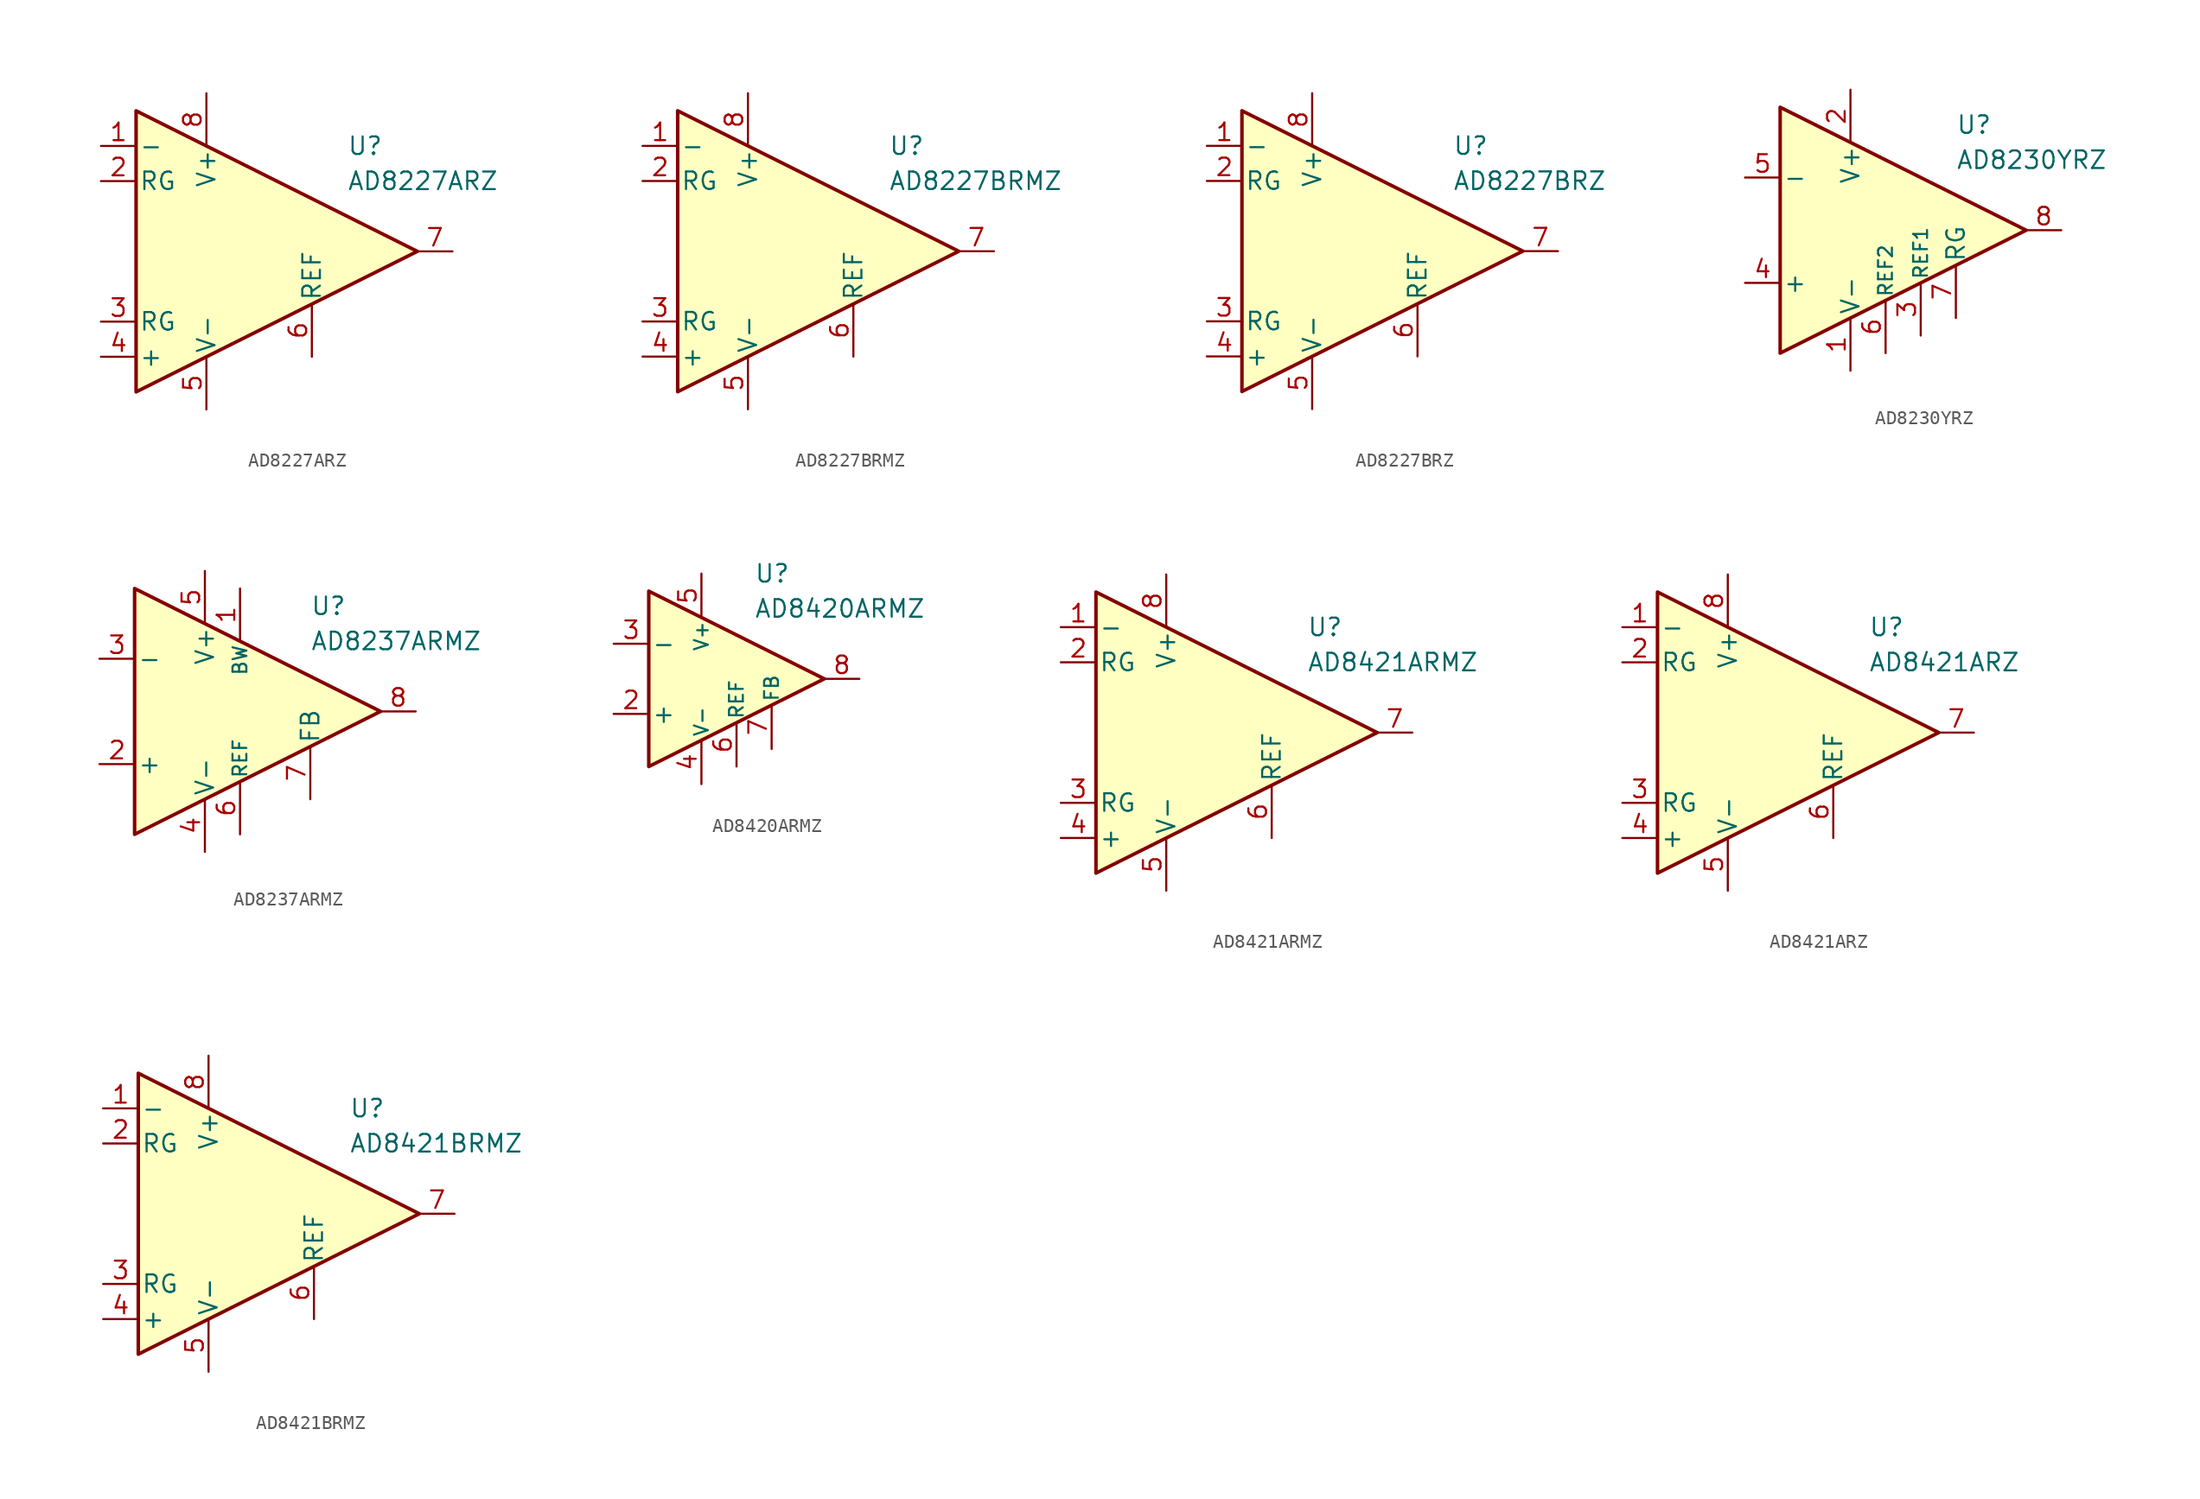
<source format=kicad_sym>
(kicad_symbol_lib
  (version 20231120)
  (generator "kicad_symbol_editor")
  (generator_version "8.0")
  (symbol "AD8227ARZ"
    (pin_names
      (offset 0.2))
    (property "Reference" "U"
      (at 6.35 7.62 0)
      (effects (font (size 1.27 1.27)) (justify left)))
    (property "Value" "AD8227ARZ"
      (at 6.35 5.08 0)
      (effects (font (size 1.27 1.27)) (justify left)))
    (symbol "AD8227ARZ_0_1"
      (polyline (pts (xy -8.89 10.16) (xy -8.89 -10.16) (xy 11.43 0) (xy -8.89 10.16)) (stroke (width 0.254) (type default)) (fill (type background))))
    (symbol "AD8227ARZ_1_1"
      (pin input line (at -11.43 7.62 0) (length 2.54) (name "-" (effects (font (size 1.27 1.27)))) (number "1" (effects (font (size 1.27 1.27)))))
      (pin passive line (at -11.43 5.08 0) (length 2.54) (name "RG" (effects (font (size 1.27 1.27)))) (number "2" (effects (font (size 1.27 1.27)))))
      (pin passive line (at -11.43 -5.08 0) (length 2.54) (name "RG" (effects (font (size 1.27 1.27)))) (number "3" (effects (font (size 1.27 1.27)))))
      (pin input line (at -11.43 -7.62 0) (length 2.54) (name "+" (effects (font (size 1.27 1.27)))) (number "4" (effects (font (size 1.27 1.27)))))
      (pin power_in line (at -3.81 -11.43 90) (length 3.81) (name "V-" (effects (font (size 1.27 1.27)))) (number "5" (effects (font (size 1.27 1.27)))))
      (pin input line (at 3.81 -7.62 90) (length 3.81) (name "REF" (effects (font (size 1.27 1.27)))) (number "6" (effects (font (size 1.27 1.27)))))
      (pin output line (at 13.97 0 180) (length 2.54) (name "~" (effects (font (size 1.27 1.27)))) (number "7" (effects (font (size 1.27 1.27)))))
      (pin power_in line (at -3.81 11.43 270) (length 3.81) (name "V+" (effects (font (size 1.27 1.27)))) (number "8" (effects (font (size 1.27 1.27)))))))
  (symbol "AD8227BRMZ"
    (pin_names
      (offset 0.2))
    (property "Reference" "U"
      (at 6.35 7.62 0)
      (effects (font (size 1.27 1.27)) (justify left)))
    (property "Value" "AD8227BRMZ"
      (at 6.35 5.08 0)
      (effects (font (size 1.27 1.27)) (justify left)))
    (symbol "AD8227BRMZ_0_1"
      (polyline (pts (xy -8.89 10.16) (xy -8.89 -10.16) (xy 11.43 0) (xy -8.89 10.16)) (stroke (width 0.254) (type default)) (fill (type background))))
    (symbol "AD8227BRMZ_1_1"
      (pin input line (at -11.43 7.62 0) (length 2.54) (name "-" (effects (font (size 1.27 1.27)))) (number "1" (effects (font (size 1.27 1.27)))))
      (pin passive line (at -11.43 5.08 0) (length 2.54) (name "RG" (effects (font (size 1.27 1.27)))) (number "2" (effects (font (size 1.27 1.27)))))
      (pin passive line (at -11.43 -5.08 0) (length 2.54) (name "RG" (effects (font (size 1.27 1.27)))) (number "3" (effects (font (size 1.27 1.27)))))
      (pin input line (at -11.43 -7.62 0) (length 2.54) (name "+" (effects (font (size 1.27 1.27)))) (number "4" (effects (font (size 1.27 1.27)))))
      (pin power_in line (at -3.81 -11.43 90) (length 3.81) (name "V-" (effects (font (size 1.27 1.27)))) (number "5" (effects (font (size 1.27 1.27)))))
      (pin input line (at 3.81 -7.62 90) (length 3.81) (name "REF" (effects (font (size 1.27 1.27)))) (number "6" (effects (font (size 1.27 1.27)))))
      (pin output line (at 13.97 0 180) (length 2.54) (name "~" (effects (font (size 1.27 1.27)))) (number "7" (effects (font (size 1.27 1.27)))))
      (pin power_in line (at -3.81 11.43 270) (length 3.81) (name "V+" (effects (font (size 1.27 1.27)))) (number "8" (effects (font (size 1.27 1.27)))))))
  (symbol "AD8227BRZ"
    (pin_names
      (offset 0.2))
    (property "Reference" "U"
      (at 6.35 7.62 0)
      (effects (font (size 1.27 1.27)) (justify left)))
    (property "Value" "AD8227BRZ"
      (at 6.35 5.08 0)
      (effects (font (size 1.27 1.27)) (justify left)))
    (symbol "AD8227BRZ_0_1"
      (polyline (pts (xy -8.89 10.16) (xy -8.89 -10.16) (xy 11.43 0) (xy -8.89 10.16)) (stroke (width 0.254) (type default)) (fill (type background))))
    (symbol "AD8227BRZ_1_1"
      (pin input line (at -11.43 7.62 0) (length 2.54) (name "-" (effects (font (size 1.27 1.27)))) (number "1" (effects (font (size 1.27 1.27)))))
      (pin passive line (at -11.43 5.08 0) (length 2.54) (name "RG" (effects (font (size 1.27 1.27)))) (number "2" (effects (font (size 1.27 1.27)))))
      (pin passive line (at -11.43 -5.08 0) (length 2.54) (name "RG" (effects (font (size 1.27 1.27)))) (number "3" (effects (font (size 1.27 1.27)))))
      (pin input line (at -11.43 -7.62 0) (length 2.54) (name "+" (effects (font (size 1.27 1.27)))) (number "4" (effects (font (size 1.27 1.27)))))
      (pin power_in line (at -3.81 -11.43 90) (length 3.81) (name "V-" (effects (font (size 1.27 1.27)))) (number "5" (effects (font (size 1.27 1.27)))))
      (pin input line (at 3.81 -7.62 90) (length 3.81) (name "REF" (effects (font (size 1.27 1.27)))) (number "6" (effects (font (size 1.27 1.27)))))
      (pin output line (at 13.97 0 180) (length 2.54) (name "~" (effects (font (size 1.27 1.27)))) (number "7" (effects (font (size 1.27 1.27)))))
      (pin power_in line (at -3.81 11.43 270) (length 3.81) (name "V+" (effects (font (size 1.27 1.27)))) (number "8" (effects (font (size 1.27 1.27)))))))
  (symbol "AD8230YRZ"
    (pin_names
      (offset 0.2))
    (property "Reference" "U"
      (at 6.35 7.62 0)
      (effects (font (size 1.27 1.27)) (justify left)))
    (property "Value" "AD8230YRZ"
      (at 6.35 5.08 0)
      (effects (font (size 1.27 1.27)) (justify left)))
    (symbol "AD8230YRZ_0_1"
      (polyline (pts (xy -6.35 8.89) (xy -6.35 -8.89) (xy 11.43 0) (xy -6.35 8.89)) (stroke (width 0.254) (type default)) (fill (type background))))
    (symbol "AD8230YRZ_1_1"
      (pin power_in line (at -1.27 -10.16 90) (length 3.81) (name "V-" (effects (font (size 1.27 1.27)))) (number "1" (effects (font (size 1.27 1.27)))))
      (pin power_in line (at -1.27 10.16 270) (length 3.81) (name "V+" (effects (font (size 1.27 1.27)))) (number "2" (effects (font (size 1.27 1.27)))))
      (pin input line (at 3.81 -7.62 90) (length 3.81) (name "REF1" (effects (font (size 1 1)))) (number "3" (effects (font (size 1.27 1.27)))))
      (pin input line (at -8.89 -3.81 0) (length 2.54) (name "+" (effects (font (size 1.27 1.27)))) (number "4" (effects (font (size 1.27 1.27)))))
      (pin input line (at -8.89 3.81 0) (length 2.54) (name "-" (effects (font (size 1.27 1.27)))) (number "5" (effects (font (size 1.27 1.27)))))
      (pin input line (at 1.27 -8.89 90) (length 3.81) (name "REF2" (effects (font (size 1 1)))) (number "6" (effects (font (size 1.27 1.27)))))
      (pin passive line (at 6.35 -6.35 90) (length 3.81) (name "RG" (effects (font (size 1.27 1.27)))) (number "7" (effects (font (size 1.27 1.27)))))
      (pin output line (at 13.97 0 180) (length 2.54) (name "~" (effects (font (size 1.27 1.27)))) (number "8" (effects (font (size 1.27 1.27)))))))
  (symbol "AD8237ARMZ"
    (pin_names
      (offset 0.2))
    (property "Reference" "U"
      (at 6.35 7.62 0)
      (effects (font (size 1.27 1.27)) (justify left)))
    (property "Value" "AD8237ARMZ"
      (at 6.35 5.08 0)
      (effects (font (size 1.27 1.27)) (justify left)))
    (symbol "AD8237ARMZ_0_1"
      (polyline (pts (xy -6.35 8.89) (xy -6.35 -8.89) (xy 11.43 0) (xy -6.35 8.89)) (stroke (width 0.254) (type default)) (fill (type background))))
    (symbol "AD8237ARMZ_1_1"
      (pin input line (at 1.27 8.89 270) (length 3.81) (name "BW" (effects (font (size 1 1)))) (number "1" (effects (font (size 1.27 1.27)))))
      (pin input line (at -8.89 -3.81 0) (length 2.54) (name "+" (effects (font (size 1.27 1.27)))) (number "2" (effects (font (size 1.27 1.27)))))
      (pin input line (at -8.89 3.81 0) (length 2.54) (name "-" (effects (font (size 1.27 1.27)))) (number "3" (effects (font (size 1.27 1.27)))))
      (pin power_in line (at -1.27 -10.16 90) (length 3.81) (name "V-" (effects (font (size 1.27 1.27)))) (number "4" (effects (font (size 1.27 1.27)))))
      (pin power_in line (at -1.27 10.16 270) (length 3.81) (name "V+" (effects (font (size 1.27 1.27)))) (number "5" (effects (font (size 1.27 1.27)))))
      (pin input line (at 1.27 -8.89 90) (length 3.81) (name "REF" (effects (font (size 1 1)))) (number "6" (effects (font (size 1.27 1.27)))))
      (pin passive line (at 6.35 -6.35 90) (length 3.81) (name "FB" (effects (font (size 1.27 1.27)))) (number "7" (effects (font (size 1.27 1.27)))))
      (pin output line (at 13.97 0 180) (length 2.54) (name "~" (effects (font (size 1.27 1.27)))) (number "8" (effects (font (size 1.27 1.27)))))))
  (symbol "AD8420ARMZ"
    (pin_names
      (offset 0.2))
    (property "Reference" "U"
      (at 6.35 7.62 0)
      (effects (font (size 1.27 1.27)) (justify left)))
    (property "Value" "AD8420ARMZ"
      (at 6.35 5.08 0)
      (effects (font (size 1.27 1.27)) (justify left)))
    (symbol "AD8420ARMZ_0_1"
      (polyline (pts (xy -1.27 6.35) (xy -1.27 -6.35) (xy 11.43 0) (xy -1.27 6.35)) (stroke (width 0.254) (type default)) (fill (type background))))
    (symbol "AD8420ARMZ_1_1"
      (pin no_connect line (at 1.27 0 0) (length 2.54) hide (name "NC" (effects (font (size 1.27 1.27)))) (number "1" (effects (font (size 1.27 1.27)))))
      (pin input line (at -3.81 -2.54 0) (length 2.54) (name "+" (effects (font (size 1.27 1.27)))) (number "2" (effects (font (size 1.27 1.27)))))
      (pin input line (at -3.81 2.54 0) (length 2.54) (name "-" (effects (font (size 1.27 1.27)))) (number "3" (effects (font (size 1.27 1.27)))))
      (pin power_in line (at 2.54 -7.62 90) (length 3.18) (name "V-" (effects (font (size 1 1)))) (number "4" (effects (font (size 1.27 1.27)))))
      (pin power_in line (at 2.54 7.62 270) (length 3.18) (name "V+" (effects (font (size 1 1)))) (number "5" (effects (font (size 1.27 1.27)))))
      (pin input line (at 5.08 -6.35 90) (length 3.18) (name "REF" (effects (font (size 1 1)))) (number "6" (effects (font (size 1.27 1.27)))))
      (pin input line (at 7.62 -5.08 90) (length 3.18) (name "FB" (effects (font (size 1 1)))) (number "7" (effects (font (size 1.27 1.27)))))
      (pin output line (at 13.97 0 180) (length 2.54) (name "~" (effects (font (size 1.27 1.27)))) (number "8" (effects (font (size 1.27 1.27)))))))
  (symbol "AD8421ARMZ"
    (pin_names
      (offset 0.2))
    (property "Reference" "U"
      (at 6.35 7.62 0)
      (effects (font (size 1.27 1.27)) (justify left)))
    (property "Value" "AD8421ARMZ"
      (at 6.35 5.08 0)
      (effects (font (size 1.27 1.27)) (justify left)))
    (symbol "AD8421ARMZ_0_1"
      (polyline (pts (xy -8.89 10.16) (xy -8.89 -10.16) (xy 11.43 0) (xy -8.89 10.16)) (stroke (width 0.254) (type default)) (fill (type background))))
    (symbol "AD8421ARMZ_1_1"
      (pin input line (at -11.43 7.62 0) (length 2.54) (name "-" (effects (font (size 1.27 1.27)))) (number "1" (effects (font (size 1.27 1.27)))))
      (pin passive line (at -11.43 5.08 0) (length 2.54) (name "RG" (effects (font (size 1.27 1.27)))) (number "2" (effects (font (size 1.27 1.27)))))
      (pin passive line (at -11.43 -5.08 0) (length 2.54) (name "RG" (effects (font (size 1.27 1.27)))) (number "3" (effects (font (size 1.27 1.27)))))
      (pin input line (at -11.43 -7.62 0) (length 2.54) (name "+" (effects (font (size 1.27 1.27)))) (number "4" (effects (font (size 1.27 1.27)))))
      (pin power_in line (at -3.81 -11.43 90) (length 3.81) (name "V-" (effects (font (size 1.27 1.27)))) (number "5" (effects (font (size 1.27 1.27)))))
      (pin input line (at 3.81 -7.62 90) (length 3.81) (name "REF" (effects (font (size 1.27 1.27)))) (number "6" (effects (font (size 1.27 1.27)))))
      (pin output line (at 13.97 0 180) (length 2.54) (name "~" (effects (font (size 1.27 1.27)))) (number "7" (effects (font (size 1.27 1.27)))))
      (pin power_in line (at -3.81 11.43 270) (length 3.81) (name "V+" (effects (font (size 1.27 1.27)))) (number "8" (effects (font (size 1.27 1.27)))))))
  (symbol "AD8421ARZ"
    (pin_names
      (offset 0.2))
    (property "Reference" "U"
      (at 6.35 7.62 0)
      (effects (font (size 1.27 1.27)) (justify left)))
    (property "Value" "AD8421ARZ"
      (at 6.35 5.08 0)
      (effects (font (size 1.27 1.27)) (justify left)))
    (symbol "AD8421ARZ_0_1"
      (polyline (pts (xy -8.89 10.16) (xy -8.89 -10.16) (xy 11.43 0) (xy -8.89 10.16)) (stroke (width 0.254) (type default)) (fill (type background))))
    (symbol "AD8421ARZ_1_1"
      (pin input line (at -11.43 7.62 0) (length 2.54) (name "-" (effects (font (size 1.27 1.27)))) (number "1" (effects (font (size 1.27 1.27)))))
      (pin passive line (at -11.43 5.08 0) (length 2.54) (name "RG" (effects (font (size 1.27 1.27)))) (number "2" (effects (font (size 1.27 1.27)))))
      (pin passive line (at -11.43 -5.08 0) (length 2.54) (name "RG" (effects (font (size 1.27 1.27)))) (number "3" (effects (font (size 1.27 1.27)))))
      (pin input line (at -11.43 -7.62 0) (length 2.54) (name "+" (effects (font (size 1.27 1.27)))) (number "4" (effects (font (size 1.27 1.27)))))
      (pin power_in line (at -3.81 -11.43 90) (length 3.81) (name "V-" (effects (font (size 1.27 1.27)))) (number "5" (effects (font (size 1.27 1.27)))))
      (pin input line (at 3.81 -7.62 90) (length 3.81) (name "REF" (effects (font (size 1.27 1.27)))) (number "6" (effects (font (size 1.27 1.27)))))
      (pin output line (at 13.97 0 180) (length 2.54) (name "~" (effects (font (size 1.27 1.27)))) (number "7" (effects (font (size 1.27 1.27)))))
      (pin power_in line (at -3.81 11.43 270) (length 3.81) (name "V+" (effects (font (size 1.27 1.27)))) (number "8" (effects (font (size 1.27 1.27)))))))
  (symbol "AD8421BRMZ"
    (pin_names
      (offset 0.2))
    (property "Reference" "U"
      (at 6.35 7.62 0)
      (effects (font (size 1.27 1.27)) (justify left)))
    (property "Value" "AD8421BRMZ"
      (at 6.35 5.08 0)
      (effects (font (size 1.27 1.27)) (justify left)))
    (symbol "AD8421BRMZ_0_1"
      (polyline (pts (xy -8.89 10.16) (xy -8.89 -10.16) (xy 11.43 0) (xy -8.89 10.16)) (stroke (width 0.254) (type default)) (fill (type background))))
    (symbol "AD8421BRMZ_1_1"
      (pin input line (at -11.43 7.62 0) (length 2.54) (name "-" (effects (font (size 1.27 1.27)))) (number "1" (effects (font (size 1.27 1.27)))))
      (pin passive line (at -11.43 5.08 0) (length 2.54) (name "RG" (effects (font (size 1.27 1.27)))) (number "2" (effects (font (size 1.27 1.27)))))
      (pin passive line (at -11.43 -5.08 0) (length 2.54) (name "RG" (effects (font (size 1.27 1.27)))) (number "3" (effects (font (size 1.27 1.27)))))
      (pin input line (at -11.43 -7.62 0) (length 2.54) (name "+" (effects (font (size 1.27 1.27)))) (number "4" (effects (font (size 1.27 1.27)))))
      (pin power_in line (at -3.81 -11.43 90) (length 3.81) (name "V-" (effects (font (size 1.27 1.27)))) (number "5" (effects (font (size 1.27 1.27)))))
      (pin input line (at 3.81 -7.62 90) (length 3.81) (name "REF" (effects (font (size 1.27 1.27)))) (number "6" (effects (font (size 1.27 1.27)))))
      (pin output line (at 13.97 0 180) (length 2.54) (name "~" (effects (font (size 1.27 1.27)))) (number "7" (effects (font (size 1.27 1.27)))))
      (pin power_in line (at -3.81 11.43 270) (length 3.81) (name "V+" (effects (font (size 1.27 1.27)))) (number "8" (effects (font (size 1.27 1.27))))))))
</source>
